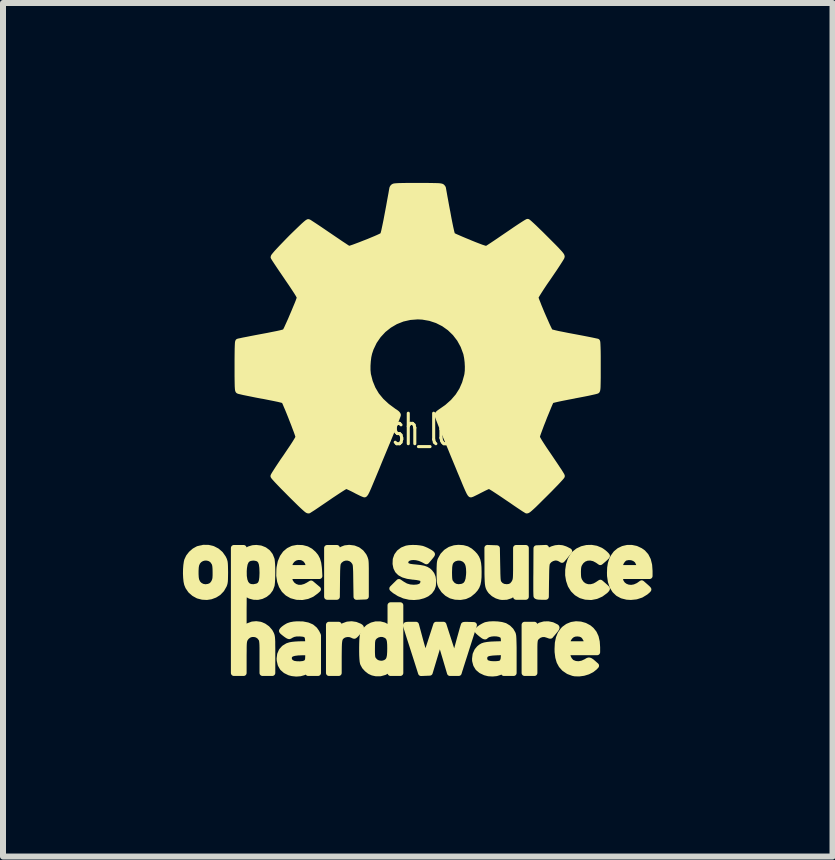
<source format=kicad_pcb>
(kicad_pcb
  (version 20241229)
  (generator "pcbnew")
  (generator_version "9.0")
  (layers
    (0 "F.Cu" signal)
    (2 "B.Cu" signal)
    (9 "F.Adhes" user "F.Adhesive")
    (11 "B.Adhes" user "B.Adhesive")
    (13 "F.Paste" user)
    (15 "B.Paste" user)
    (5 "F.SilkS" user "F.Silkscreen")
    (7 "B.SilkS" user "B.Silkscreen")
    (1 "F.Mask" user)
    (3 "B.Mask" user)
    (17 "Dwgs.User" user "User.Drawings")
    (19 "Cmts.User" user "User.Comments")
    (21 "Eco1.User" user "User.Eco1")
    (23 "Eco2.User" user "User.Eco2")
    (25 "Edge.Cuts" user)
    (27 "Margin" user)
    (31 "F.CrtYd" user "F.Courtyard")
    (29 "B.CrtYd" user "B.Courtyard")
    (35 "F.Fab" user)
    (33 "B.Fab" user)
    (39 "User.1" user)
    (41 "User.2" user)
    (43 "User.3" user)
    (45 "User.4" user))
  (footprint "__osh_logo"
    (layer "F.Cu")
    (at 3.907 4.114)
    (property "Reference" "__osh_logo" (at 0 0 0) (layer "F.SilkS") (effects (font (size 0.508 0.254) (thickness 0.051))))
    (attr through_hole)
    (fp_poly (pts (xy -0.941 3.298) (xy -0.945 3.312) (xy -0.96 3.334) (xy -0.986 3.367) (xy -1.012 3.398) (xy -1.034 3.421) (xy -1.048 3.433) (xy -1.051 3.434) (xy -1.067 3.429) (xy -1.087 3.419) (xy -1.127 3.406) (xy -1.174 3.405) (xy -1.22 3.416) (xy -1.241 3.427) (xy -1.26 3.441) (xy -1.276 3.455) (xy -1.288 3.473) (xy -1.297 3.496) (xy -1.303 3.527) (xy -1.307 3.568) (xy -1.309 3.622) (xy -1.31 3.691) (xy -1.311 3.778) (xy -1.311 3.787) (xy -1.311 4.054) (xy -1.392 4.054) (xy -1.473 4.054) (xy -1.473 3.653) (xy -1.473 3.251) (xy -1.392 3.251) (xy -1.311 3.251) (xy -1.311 3.294) (xy -1.311 3.336) (xy -1.283 3.31) (xy -1.228 3.271) (xy -1.165 3.248) (xy -1.097 3.242) (xy -1.029 3.252) (xy -0.965 3.278) (xy -0.946 3.29) (xy -0.941 3.298)) (stroke (width 0.1) (type solid)) (fill yes) (layer "F.SilkS"))
    (fp_poly (pts (xy 2.32 3.298) (xy 2.316 3.312) (xy 2.3 3.334) (xy 2.275 3.365) (xy 2.25 3.395) (xy 2.23 3.418) (xy 2.219 3.432) (xy 2.218 3.433) (xy 2.208 3.432) (xy 2.186 3.424) (xy 2.179 3.421) (xy 2.125 3.405) (xy 2.072 3.407) (xy 2.023 3.426) (xy 1.983 3.46) (xy 1.971 3.477) (xy 1.965 3.488) (xy 1.96 3.501) (xy 1.957 3.518) (xy 1.954 3.542) (xy 1.952 3.575) (xy 1.951 3.62) (xy 1.951 3.68) (xy 1.951 3.757) (xy 1.951 3.782) (xy 1.951 4.054) (xy 1.869 4.054) (xy 1.788 4.054) (xy 1.788 3.653) (xy 1.788 3.251) (xy 1.869 3.251) (xy 1.951 3.251) (xy 1.951 3.293) (xy 1.951 3.334) (xy 1.992 3.299) (xy 2.048 3.263) (xy 2.113 3.245) (xy 2.181 3.243) (xy 2.249 3.257) (xy 2.314 3.289) (xy 2.316 3.291) (xy 2.32 3.298)) (stroke (width 0.1) (type solid)) (fill yes) (layer "F.SilkS"))
    (fp_poly (pts (xy 2.53 2.024) (xy 2.5 2.061) (xy 2.474 2.093) (xy 2.446 2.127) (xy 2.441 2.133) (xy 2.411 2.168) (xy 2.381 2.149) (xy 2.337 2.131) (xy 2.289 2.13) (xy 2.241 2.144) (xy 2.198 2.171) (xy 2.17 2.205) (xy 2.163 2.217) (xy 2.158 2.231) (xy 2.155 2.248) (xy 2.152 2.273) (xy 2.15 2.307) (xy 2.148 2.354) (xy 2.147 2.414) (xy 2.146 2.492) (xy 2.145 2.512) (xy 2.142 2.784) (xy 2.066 2.784) (xy 2.02 2.782) (xy 1.994 2.777) (xy 1.986 2.771) (xy 1.985 2.758) (xy 1.984 2.728) (xy 1.983 2.681) (xy 1.983 2.621) (xy 1.983 2.55) (xy 1.983 2.47) (xy 1.984 2.384) (xy 1.984 2.367) (xy 1.986 1.976) (xy 2.065 1.973) (xy 2.144 1.97) (xy 2.144 2.011) (xy 2.146 2.041) (xy 2.154 2.051) (xy 2.169 2.043) (xy 2.178 2.033) (xy 2.21 2.009) (xy 2.255 1.989) (xy 2.307 1.974) (xy 2.358 1.969) (xy 2.359 1.969) (xy 2.412 1.974) (xy 2.461 1.99) (xy 2.475 1.996) (xy 2.53 2.024)) (stroke (width 0.1) (type solid)) (fill yes) (layer "F.SilkS"))
    (fp_poly (pts (xy 1.808 2.784) (xy 1.727 2.784) (xy 1.646 2.784) (xy 1.646 2.737) (xy 1.646 2.69) (xy 1.607 2.726) (xy 1.55 2.763) (xy 1.485 2.784) (xy 1.415 2.787) (xy 1.383 2.783) (xy 1.327 2.765) (xy 1.273 2.734) (xy 1.23 2.695) (xy 1.223 2.687) (xy 1.209 2.667) (xy 1.197 2.647) (xy 1.188 2.626) (xy 1.181 2.6) (xy 1.176 2.567) (xy 1.173 2.526) (xy 1.171 2.472) (xy 1.169 2.404) (xy 1.169 2.319) (xy 1.169 2.273) (xy 1.168 1.97) (xy 1.247 1.973) (xy 1.326 1.976) (xy 1.331 2.25) (xy 1.333 2.334) (xy 1.334 2.399) (xy 1.336 2.449) (xy 1.338 2.486) (xy 1.341 2.513) (xy 1.345 2.532) (xy 1.35 2.546) (xy 1.355 2.556) (xy 1.389 2.595) (xy 1.435 2.618) (xy 1.492 2.625) (xy 1.541 2.618) (xy 1.579 2.599) (xy 1.61 2.563) (xy 1.623 2.54) (xy 1.63 2.525) (xy 1.635 2.511) (xy 1.639 2.493) (xy 1.642 2.47) (xy 1.644 2.439) (xy 1.645 2.397) (xy 1.646 2.341) (xy 1.646 2.268) (xy 1.646 2.233) (xy 1.646 1.971) (xy 1.727 1.971) (xy 1.808 1.971) (xy 1.808 2.377) (xy 1.808 2.784)) (stroke (width 0.1) (type solid)) (fill yes) (layer "F.SilkS"))
    (fp_poly (pts (xy -0.859 2.779) (xy -0.937 2.782) (xy -1.014 2.785) (xy -1.018 2.518) (xy -1.019 2.436) (xy -1.02 2.372) (xy -1.022 2.324) (xy -1.024 2.287) (xy -1.026 2.261) (xy -1.03 2.241) (xy -1.035 2.226) (xy -1.041 2.212) (xy -1.042 2.21) (xy -1.074 2.169) (xy -1.116 2.142) (xy -1.164 2.13) (xy -1.213 2.133) (xy -1.259 2.15) (xy -1.299 2.182) (xy -1.315 2.205) (xy -1.322 2.217) (xy -1.327 2.231) (xy -1.33 2.248) (xy -1.333 2.273) (xy -1.335 2.307) (xy -1.337 2.353) (xy -1.338 2.414) (xy -1.339 2.492) (xy -1.339 2.512) (xy -1.342 2.784) (xy -1.423 2.784) (xy -1.504 2.784) (xy -1.504 2.377) (xy -1.504 1.971) (xy -1.422 1.971) (xy -1.341 1.971) (xy -1.341 2.018) (xy -1.341 2.065) (xy -1.304 2.032) (xy -1.254 1.996) (xy -1.202 1.976) (xy -1.139 1.969) (xy -1.133 1.969) (xy -1.059 1.978) (xy -0.993 2.004) (xy -0.937 2.047) (xy -0.894 2.103) (xy -0.883 2.126) (xy -0.876 2.142) (xy -0.871 2.157) (xy -0.866 2.174) (xy -0.863 2.196) (xy -0.861 2.225) (xy -0.86 2.264) (xy -0.859 2.314) (xy -0.859 2.38) (xy -0.859 2.463) (xy -0.859 2.479) (xy -0.859 2.779)) (stroke (width 0.1) (type solid)) (fill yes) (layer "F.SilkS"))
    (fp_poly (pts (xy -1.633 2.438) (xy -1.801 2.438) (xy -1.801 2.306) (xy -1.808 2.268) (xy -1.827 2.208) (xy -1.857 2.164) (xy -1.901 2.134) (xy -1.935 2.123) (xy -1.991 2.12) (xy -2.043 2.135) (xy -2.087 2.166) (xy -2.12 2.211) (xy -2.139 2.268) (xy -2.139 2.268) (xy -2.146 2.306) (xy -1.974 2.306) (xy -1.801 2.306) (xy -1.801 2.438) (xy -1.889 2.438) (xy -2.146 2.438) (xy -2.139 2.477) (xy -2.12 2.537) (xy -2.086 2.584) (xy -2.042 2.616) (xy -1.99 2.634) (xy -1.931 2.635) (xy -1.869 2.618) (xy -1.82 2.593) (xy -1.771 2.563) (xy -1.714 2.611) (xy -1.657 2.659) (xy -1.69 2.689) (xy -1.758 2.739) (xy -1.835 2.772) (xy -1.919 2.788) (xy -2.007 2.785) (xy -2.017 2.783) (xy -2.097 2.761) (xy -2.164 2.722) (xy -2.219 2.669) (xy -2.26 2.602) (xy -2.288 2.523) (xy -2.302 2.432) (xy -2.3 2.33) (xy -2.297 2.297) (xy -2.278 2.205) (xy -2.245 2.127) (xy -2.2 2.063) (xy -2.143 2.015) (xy -2.077 1.983) (xy -2.001 1.969) (xy -1.918 1.972) (xy -1.914 1.973) (xy -1.844 1.991) (xy -1.784 2.024) (xy -1.732 2.07) (xy -1.696 2.114) (xy -1.67 2.164) (xy -1.652 2.224) (xy -1.642 2.297) (xy -1.639 2.332) (xy -1.633 2.438)) (stroke (width 0.1) (type solid)) (fill yes) (layer "F.SilkS"))
    (fp_poly (pts (xy 3.16 2.651) (xy 3.153 2.662) (xy 3.136 2.68) (xy 3.132 2.684) (xy 3.06 2.737) (xy 2.981 2.772) (xy 2.897 2.788) (xy 2.809 2.783) (xy 2.806 2.783) (xy 2.727 2.76) (xy 2.658 2.719) (xy 2.601 2.663) (xy 2.557 2.592) (xy 2.555 2.588) (xy 2.528 2.508) (xy 2.514 2.423) (xy 2.515 2.336) (xy 2.528 2.251) (xy 2.553 2.172) (xy 2.591 2.104) (xy 2.619 2.069) (xy 2.678 2.022) (xy 2.748 1.989) (xy 2.824 1.971) (xy 2.903 1.969) (xy 2.98 1.982) (xy 3.052 2.012) (xy 3.073 2.025) (xy 3.102 2.046) (xy 3.129 2.069) (xy 3.15 2.09) (xy 3.16 2.103) (xy 3.16 2.104) (xy 3.153 2.114) (xy 3.134 2.133) (xy 3.107 2.157) (xy 3.105 2.159) (xy 3.05 2.206) (xy 3.005 2.174) (xy 2.947 2.143) (xy 2.887 2.13) (xy 2.829 2.133) (xy 2.776 2.153) (xy 2.732 2.188) (xy 2.703 2.23) (xy 2.69 2.257) (xy 2.683 2.284) (xy 2.679 2.315) (xy 2.677 2.358) (xy 2.677 2.377) (xy 2.678 2.426) (xy 2.681 2.461) (xy 2.687 2.488) (xy 2.698 2.514) (xy 2.703 2.525) (xy 2.738 2.574) (xy 2.785 2.607) (xy 2.838 2.624) (xy 2.897 2.625) (xy 2.957 2.608) (xy 3 2.584) (xy 3.051 2.55) (xy 3.105 2.597) (xy 3.132 2.621) (xy 3.152 2.64) (xy 3.16 2.65) (xy 3.16 2.651)) (stroke (width 0.1) (type solid)) (fill yes) (layer "F.SilkS"))
    (fp_poly (pts (xy 2.997 3.708) (xy 2.837 3.708) (xy 2.837 3.576) (xy 2.831 3.544) (xy 2.815 3.495) (xy 2.789 3.45) (xy 2.761 3.42) (xy 2.721 3.402) (xy 2.672 3.395) (xy 2.622 3.399) (xy 2.582 3.414) (xy 2.545 3.445) (xy 2.516 3.486) (xy 2.501 3.531) (xy 2.499 3.549) (xy 2.499 3.576) (xy 2.668 3.576) (xy 2.837 3.576) (xy 2.837 3.708) (xy 2.748 3.708) (xy 2.499 3.708) (xy 2.499 3.745) (xy 2.508 3.789) (xy 2.53 3.834) (xy 2.561 3.87) (xy 2.576 3.882) (xy 2.631 3.904) (xy 2.691 3.909) (xy 2.753 3.897) (xy 2.813 3.869) (xy 2.82 3.865) (xy 2.842 3.851) (xy 2.86 3.846) (xy 2.879 3.851) (xy 2.903 3.867) (xy 2.936 3.895) (xy 2.941 3.9) (xy 2.979 3.933) (xy 2.956 3.958) (xy 2.906 3.998) (xy 2.843 4.03) (xy 2.771 4.052) (xy 2.697 4.062) (xy 2.626 4.06) (xy 2.596 4.054) (xy 2.52 4.026) (xy 2.454 3.981) (xy 2.449 3.977) (xy 2.403 3.925) (xy 2.37 3.864) (xy 2.349 3.791) (xy 2.338 3.704) (xy 2.337 3.653) (xy 2.342 3.555) (xy 2.359 3.473) (xy 2.387 3.404) (xy 2.429 3.344) (xy 2.45 3.322) (xy 2.508 3.28) (xy 2.574 3.253) (xy 2.646 3.242) (xy 2.72 3.247) (xy 2.791 3.267) (xy 2.857 3.302) (xy 2.9 3.338) (xy 2.943 3.392) (xy 2.973 3.457) (xy 2.991 3.535) (xy 2.997 3.628) (xy 2.997 3.633) (xy 2.997 3.708)) (stroke (width 0.1) (type solid)) (fill yes) (layer "F.SilkS"))
    (fp_poly (pts (xy 3.871 2.438) (xy 3.708 2.438) (xy 3.708 2.286) (xy 3.703 2.257) (xy 3.689 2.221) (xy 3.672 2.187) (xy 3.66 2.171) (xy 3.621 2.142) (xy 3.572 2.125) (xy 3.519 2.122) (xy 3.469 2.132) (xy 3.451 2.141) (xy 3.423 2.166) (xy 3.398 2.202) (xy 3.38 2.243) (xy 3.373 2.278) (xy 3.373 2.306) (xy 3.541 2.306) (xy 3.603 2.306) (xy 3.647 2.306) (xy 3.677 2.304) (xy 3.695 2.302) (xy 3.704 2.298) (xy 3.708 2.292) (xy 3.708 2.286) (xy 3.708 2.438) (xy 3.621 2.438) (xy 3.37 2.438) (xy 3.376 2.485) (xy 3.391 2.538) (xy 3.421 2.581) (xy 3.462 2.612) (xy 3.512 2.631) (xy 3.567 2.636) (xy 3.625 2.626) (xy 3.681 2.601) (xy 3.698 2.59) (xy 3.74 2.56) (xy 3.795 2.608) (xy 3.822 2.632) (xy 3.842 2.651) (xy 3.851 2.662) (xy 3.851 2.662) (xy 3.843 2.672) (xy 3.824 2.689) (xy 3.804 2.706) (xy 3.73 2.751) (xy 3.647 2.778) (xy 3.558 2.787) (xy 3.493 2.783) (xy 3.414 2.763) (xy 3.347 2.727) (xy 3.294 2.676) (xy 3.253 2.61) (xy 3.226 2.529) (xy 3.212 2.434) (xy 3.211 2.383) (xy 3.214 2.301) (xy 3.225 2.233) (xy 3.244 2.172) (xy 3.267 2.124) (xy 3.311 2.063) (xy 3.366 2.017) (xy 3.431 1.986) (xy 3.501 1.97) (xy 3.574 1.97) (xy 3.646 1.985) (xy 3.716 2.018) (xy 3.759 2.048) (xy 3.808 2.103) (xy 3.843 2.172) (xy 3.864 2.256) (xy 3.871 2.354) (xy 3.871 2.438)) (stroke (width 0.1) (type solid)) (fill yes) (layer "F.SilkS"))
    (fp_poly (pts (xy -3.205 2.377) (xy -3.206 2.443) (xy -3.207 2.491) (xy -3.209 2.527) (xy -3.213 2.554) (xy -3.219 2.575) (xy -3.225 2.591) (xy -3.265 2.661) (xy -3.317 2.715) (xy -3.363 2.744) (xy -3.363 2.378) (xy -3.364 2.321) (xy -3.367 2.279) (xy -3.372 2.249) (xy -3.38 2.223) (xy -3.383 2.218) (xy -3.412 2.175) (xy -3.451 2.146) (xy -3.497 2.132) (xy -3.545 2.13) (xy -3.592 2.142) (xy -3.634 2.167) (xy -3.667 2.204) (xy -3.687 2.251) (xy -3.694 2.294) (xy -3.697 2.35) (xy -3.697 2.409) (xy -3.694 2.464) (xy -3.687 2.506) (xy -3.665 2.556) (xy -3.629 2.593) (xy -3.584 2.617) (xy -3.532 2.626) (xy -3.477 2.618) (xy -3.439 2.602) (xy -3.416 2.583) (xy -3.393 2.553) (xy -3.386 2.54) (xy -3.376 2.517) (xy -3.369 2.494) (xy -3.365 2.465) (xy -3.363 2.425) (xy -3.363 2.378) (xy -3.363 2.744) (xy -3.376 2.752) (xy -3.443 2.777) (xy -3.509 2.787) (xy -3.583 2.783) (xy -3.656 2.764) (xy -3.721 2.728) (xy -3.777 2.679) (xy -3.819 2.618) (xy -3.838 2.572) (xy -3.848 2.526) (xy -3.854 2.465) (xy -3.857 2.397) (xy -3.856 2.327) (xy -3.851 2.261) (xy -3.843 2.206) (xy -3.837 2.18) (xy -3.81 2.122) (xy -3.768 2.068) (xy -3.715 2.022) (xy -3.658 1.99) (xy -3.647 1.986) (xy -3.565 1.968) (xy -3.485 1.969) (xy -3.41 1.987) (xy -3.342 2.022) (xy -3.284 2.072) (xy -3.239 2.136) (xy -3.225 2.164) (xy -3.218 2.184) (xy -3.212 2.206) (xy -3.209 2.234) (xy -3.207 2.273) (xy -3.206 2.324) (xy -3.205 2.377)) (stroke (width 0.1) (type solid)) (fill yes) (layer "F.SilkS"))
    (fp_poly (pts (xy -0.284 4.054) (xy -0.366 4.054) (xy -0.447 4.054) (xy -0.447 4.013) (xy -0.447 3.972) (xy -0.452 3.976) (xy -0.452 3.647) (xy -0.453 3.579) (xy -0.457 3.528) (xy -0.465 3.491) (xy -0.478 3.463) (xy -0.496 3.441) (xy -0.521 3.424) (xy -0.568 3.405) (xy -0.619 3.403) (xy -0.668 3.416) (xy -0.71 3.442) (xy -0.739 3.477) (xy -0.746 3.494) (xy -0.751 3.516) (xy -0.755 3.546) (xy -0.756 3.588) (xy -0.757 3.647) (xy -0.757 3.653) (xy -0.757 3.711) (xy -0.755 3.753) (xy -0.753 3.783) (xy -0.748 3.805) (xy -0.741 3.822) (xy -0.736 3.83) (xy -0.703 3.868) (xy -0.658 3.892) (xy -0.605 3.901) (xy -0.605 3.901) (xy -0.567 3.897) (xy -0.532 3.885) (xy -0.529 3.884) (xy -0.501 3.865) (xy -0.48 3.842) (xy -0.466 3.809) (xy -0.457 3.765) (xy -0.453 3.706) (xy -0.452 3.647) (xy -0.452 3.976) (xy -0.486 4.003) (xy -0.548 4.04) (xy -0.617 4.059) (xy -0.691 4.059) (xy -0.745 4.047) (xy -0.792 4.025) (xy -0.838 3.989) (xy -0.877 3.946) (xy -0.902 3.9) (xy -0.906 3.89) (xy -0.912 3.86) (xy -0.916 3.815) (xy -0.919 3.759) (xy -0.92 3.696) (xy -0.92 3.631) (xy -0.919 3.566) (xy -0.917 3.507) (xy -0.913 3.457) (xy -0.908 3.42) (xy -0.903 3.403) (xy -0.865 3.341) (xy -0.815 3.293) (xy -0.756 3.261) (xy -0.691 3.244) (xy -0.624 3.244) (xy -0.558 3.26) (xy -0.495 3.295) (xy -0.48 3.307) (xy -0.447 3.334) (xy -0.447 3.13) (xy -0.447 2.926) (xy -0.366 2.926) (xy -0.284 2.926) (xy -0.284 3.49) (xy -0.284 4.054)) (stroke (width 0.1) (type solid)) (fill yes) (layer "F.SilkS"))
    (fp_poly (pts (xy 1.021 2.377) (xy 1.02 2.457) (xy 1.014 2.52) (xy 1.004 2.57) (xy 0.987 2.613) (xy 0.963 2.651) (xy 0.93 2.688) (xy 0.925 2.693) (xy 0.864 2.743) (xy 0.864 2.743) (xy 0.864 2.375) (xy 0.861 2.309) (xy 0.853 2.259) (xy 0.839 2.219) (xy 0.816 2.185) (xy 0.812 2.18) (xy 0.773 2.15) (xy 0.724 2.133) (xy 0.671 2.131) (xy 0.621 2.144) (xy 0.591 2.161) (xy 0.567 2.183) (xy 0.549 2.209) (xy 0.538 2.242) (xy 0.531 2.287) (xy 0.529 2.346) (xy 0.528 2.377) (xy 0.529 2.434) (xy 0.531 2.475) (xy 0.535 2.505) (xy 0.541 2.526) (xy 0.547 2.54) (xy 0.582 2.585) (xy 0.627 2.614) (xy 0.681 2.625) (xy 0.74 2.619) (xy 0.769 2.61) (xy 0.807 2.587) (xy 0.835 2.547) (xy 0.853 2.491) (xy 0.862 2.418) (xy 0.864 2.375) (xy 0.864 2.743) (xy 0.796 2.774) (xy 0.719 2.787) (xy 0.634 2.783) (xy 0.562 2.764) (xy 0.497 2.727) (xy 0.442 2.676) (xy 0.4 2.613) (xy 0.39 2.591) (xy 0.382 2.57) (xy 0.377 2.545) (xy 0.374 2.514) (xy 0.372 2.472) (xy 0.371 2.415) (xy 0.371 2.377) (xy 0.371 2.311) (xy 0.373 2.262) (xy 0.375 2.225) (xy 0.379 2.197) (xy 0.385 2.175) (xy 0.39 2.164) (xy 0.428 2.096) (xy 0.481 2.04) (xy 0.545 1.999) (xy 0.619 1.975) (xy 0.685 1.968) (xy 0.76 1.973) (xy 0.824 1.99) (xy 0.879 2.022) (xy 0.925 2.062) (xy 0.959 2.099) (xy 0.984 2.137) (xy 1.002 2.179) (xy 1.013 2.228) (xy 1.019 2.289) (xy 1.021 2.366) (xy 1.021 2.377)) (stroke (width 0.1) (type solid)) (fill yes) (layer "F.SilkS"))
    (fp_poly (pts (xy -1.656 4.054) (xy -1.737 4.054) (xy -1.819 4.054) (xy -1.819 4.022) (xy -1.819 3.991) (xy -1.819 3.777) (xy -1.819 3.708) (xy -1.913 3.709) (xy -1.991 3.712) (xy -2.052 3.72) (xy -2.096 3.733) (xy -2.125 3.754) (xy -2.14 3.781) (xy -2.144 3.81) (xy -2.134 3.849) (xy -2.108 3.88) (xy -2.067 3.9) (xy -2.061 3.902) (xy -2.011 3.909) (xy -1.955 3.91) (xy -1.904 3.905) (xy -1.888 3.901) (xy -1.855 3.887) (xy -1.834 3.866) (xy -1.822 3.832) (xy -1.819 3.783) (xy -1.819 3.777) (xy -1.819 3.991) (xy -1.849 4.017) (xy -1.895 4.043) (xy -1.953 4.059) (xy -2.018 4.064) (xy -2.085 4.057) (xy -2.131 4.045) (xy -2.196 4.013) (xy -2.246 3.969) (xy -2.278 3.913) (xy -2.294 3.846) (xy -2.296 3.815) (xy -2.287 3.746) (xy -2.261 3.687) (xy -2.219 3.64) (xy -2.162 3.605) (xy -2.117 3.591) (xy -2.082 3.585) (xy -2.033 3.58) (xy -1.979 3.577) (xy -1.938 3.576) (xy -1.818 3.576) (xy -1.821 3.509) (xy -1.826 3.464) (xy -1.838 3.433) (xy -1.86 3.413) (xy -1.895 3.401) (xy -1.947 3.396) (xy -1.96 3.395) (xy -2.02 3.396) (xy -2.069 3.406) (xy -2.111 3.426) (xy -2.124 3.435) (xy -2.136 3.44) (xy -2.152 3.435) (xy -2.176 3.42) (xy -2.198 3.404) (xy -2.226 3.382) (xy -2.247 3.364) (xy -2.255 3.354) (xy -2.256 3.353) (xy -2.247 3.339) (xy -2.226 3.319) (xy -2.196 3.297) (xy -2.163 3.277) (xy -2.149 3.27) (xy -2.107 3.256) (xy -2.057 3.247) (xy -2.006 3.243) (xy -1.911 3.245) (xy -1.83 3.261) (xy -1.764 3.289) (xy -1.713 3.332) (xy -1.681 3.378) (xy -1.656 3.428) (xy -1.656 3.741) (xy -1.656 4.054)) (stroke (width 0.1) (type solid)) (fill yes) (layer "F.SilkS"))
    (fp_poly (pts (xy 0.263 2.538) (xy 0.259 2.597) (xy 0.242 2.645) (xy 0.21 2.69) (xy 0.205 2.696) (xy 0.157 2.734) (xy 0.095 2.762) (xy 0.023 2.781) (xy -0.055 2.788) (xy -0.132 2.784) (xy -0.219 2.764) (xy -0.301 2.729) (xy -0.373 2.684) (xy -0.384 2.675) (xy -0.417 2.647) (xy -0.362 2.592) (xy -0.307 2.538) (xy -0.254 2.574) (xy -0.193 2.609) (xy -0.129 2.628) (xy -0.061 2.634) (xy 0.004 2.629) (xy 0.053 2.614) (xy 0.085 2.588) (xy 0.1 2.551) (xy 0.101 2.535) (xy 0.099 2.509) (xy 0.09 2.49) (xy 0.072 2.475) (xy 0.042 2.465) (xy -0.003 2.456) (xy -0.064 2.449) (xy -0.072 2.449) (xy -0.161 2.436) (xy -0.232 2.415) (xy -0.287 2.385) (xy -0.326 2.346) (xy -0.351 2.296) (xy -0.363 2.235) (xy -0.363 2.233) (xy -0.36 2.162) (xy -0.338 2.1) (xy -0.3 2.048) (xy -0.246 2.007) (xy -0.178 1.98) (xy -0.135 1.973) (xy -0.08 1.97) (xy -0.02 1.971) (xy 0.036 1.977) (xy 0.08 1.985) (xy 0.112 1.997) (xy 0.149 2.013) (xy 0.185 2.032) (xy 0.216 2.05) (xy 0.237 2.066) (xy 0.244 2.075) (xy 0.238 2.087) (xy 0.221 2.109) (xy 0.198 2.137) (xy 0.197 2.138) (xy 0.151 2.192) (xy 0.098 2.163) (xy 0.042 2.139) (xy -0.015 2.125) (xy -0.069 2.121) (xy -0.118 2.126) (xy -0.158 2.141) (xy -0.186 2.164) (xy -0.2 2.195) (xy -0.201 2.214) (xy -0.196 2.24) (xy -0.183 2.26) (xy -0.159 2.274) (xy -0.123 2.285) (xy -0.071 2.292) (xy -0.027 2.296) (xy 0.046 2.304) (xy 0.103 2.315) (xy 0.147 2.331) (xy 0.182 2.352) (xy 0.208 2.376) (xy 0.237 2.414) (xy 0.255 2.459) (xy 0.263 2.514) (xy 0.263 2.538)) (stroke (width 0.1) (type solid)) (fill yes) (layer "F.SilkS"))
    (fp_poly (pts (xy 0.943 3.256) (xy 0.832 3.602) (xy 0.806 3.684) (xy 0.781 3.763) (xy 0.758 3.834) (xy 0.738 3.897) (xy 0.722 3.947) (xy 0.711 3.984) (xy 0.705 4) (xy 0.689 4.054) (xy 0.616 4.054) (xy 0.544 4.054) (xy 0.468 3.797) (xy 0.447 3.727) (xy 0.428 3.662) (xy 0.411 3.606) (xy 0.398 3.56) (xy 0.388 3.529) (xy 0.383 3.515) (xy 0.38 3.51) (xy 0.375 3.514) (xy 0.368 3.526) (xy 0.359 3.551) (xy 0.346 3.588) (xy 0.329 3.64) (xy 0.308 3.709) (xy 0.29 3.769) (xy 0.206 4.049) (xy 0.134 4.052) (xy 0.062 4.055) (xy -0.01 3.828) (xy -0.053 3.694) (xy -0.09 3.578) (xy -0.122 3.48) (xy -0.147 3.401) (xy -0.166 3.34) (xy -0.18 3.298) (xy -0.187 3.276) (xy -0.187 3.274) (xy -0.19 3.263) (xy -0.187 3.256) (xy -0.174 3.253) (xy -0.148 3.251) (xy -0.109 3.251) (xy -0.023 3.251) (xy 0.051 3.526) (xy 0.071 3.597) (xy 0.089 3.661) (xy 0.104 3.716) (xy 0.117 3.759) (xy 0.126 3.788) (xy 0.131 3.8) (xy 0.131 3.8) (xy 0.136 3.791) (xy 0.146 3.764) (xy 0.16 3.724) (xy 0.178 3.671) (xy 0.199 3.609) (xy 0.222 3.539) (xy 0.226 3.526) (xy 0.315 3.251) (xy 0.375 3.251) (xy 0.435 3.251) (xy 0.513 3.493) (xy 0.535 3.561) (xy 0.556 3.626) (xy 0.574 3.683) (xy 0.589 3.729) (xy 0.6 3.762) (xy 0.604 3.774) (xy 0.617 3.815) (xy 0.633 3.759) (xy 0.641 3.733) (xy 0.653 3.691) (xy 0.668 3.636) (xy 0.685 3.574) (xy 0.703 3.507) (xy 0.71 3.481) (xy 0.728 3.417) (xy 0.744 3.36) (xy 0.757 3.313) (xy 0.768 3.278) (xy 0.774 3.258) (xy 0.775 3.255) (xy 0.787 3.253) (xy 0.814 3.252) (xy 0.85 3.253) (xy 0.861 3.253) (xy 0.943 3.256)) (stroke (width 0.1) (type solid)) (fill yes) (layer "F.SilkS"))
    (fp_poly (pts (xy 1.605 4.054) (xy 1.524 4.054) (xy 1.443 4.054) (xy 1.443 4.019) (xy 1.443 3.985) (xy 1.443 3.761) (xy 1.443 3.706) (xy 1.318 3.71) (xy 1.251 3.714) (xy 1.2 3.721) (xy 1.164 3.731) (xy 1.14 3.746) (xy 1.124 3.767) (xy 1.119 3.78) (xy 1.113 3.81) (xy 1.12 3.841) (xy 1.122 3.846) (xy 1.133 3.869) (xy 1.139 3.881) (xy 1.14 3.881) (xy 1.15 3.885) (xy 1.173 3.893) (xy 1.184 3.897) (xy 1.218 3.905) (xy 1.263 3.908) (xy 1.31 3.908) (xy 1.355 3.904) (xy 1.389 3.896) (xy 1.399 3.891) (xy 1.424 3.865) (xy 1.438 3.823) (xy 1.443 3.763) (xy 1.443 3.761) (xy 1.443 3.985) (xy 1.413 4.013) (xy 1.371 4.04) (xy 1.316 4.057) (xy 1.253 4.063) (xy 1.188 4.059) (xy 1.131 4.045) (xy 1.064 4.013) (xy 1.013 3.97) (xy 0.98 3.915) (xy 0.963 3.85) (xy 0.962 3.816) (xy 0.971 3.747) (xy 0.998 3.687) (xy 1.033 3.645) (xy 1.06 3.623) (xy 1.089 3.606) (xy 1.123 3.595) (xy 1.167 3.587) (xy 1.225 3.581) (xy 1.293 3.578) (xy 1.443 3.574) (xy 1.443 3.519) (xy 1.441 3.483) (xy 1.436 3.454) (xy 1.432 3.443) (xy 1.409 3.42) (xy 1.372 3.404) (xy 1.326 3.395) (xy 1.276 3.393) (xy 1.226 3.398) (xy 1.181 3.41) (xy 1.148 3.429) (xy 1.139 3.437) (xy 1.131 3.445) (xy 1.12 3.444) (xy 1.103 3.435) (xy 1.075 3.414) (xy 1.066 3.407) (xy 1.037 3.383) (xy 1.016 3.364) (xy 1.006 3.353) (xy 1.006 3.352) (xy 1.014 3.337) (xy 1.036 3.317) (xy 1.067 3.295) (xy 1.102 3.275) (xy 1.135 3.259) (xy 1.147 3.255) (xy 1.203 3.245) (xy 1.268 3.242) (xy 1.337 3.245) (xy 1.402 3.254) (xy 1.456 3.269) (xy 1.461 3.271) (xy 1.515 3.304) (xy 1.559 3.348) (xy 1.588 3.398) (xy 1.593 3.412) (xy 1.598 3.438) (xy 1.601 3.483) (xy 1.603 3.548) (xy 1.605 3.633) (xy 1.605 3.737) (xy 1.605 3.753) (xy 1.605 4.054)) (stroke (width 0.1) (type solid)) (fill yes) (layer "F.SilkS"))
    (fp_poly (pts (xy -2.418 4.054) (xy -2.499 4.054) (xy -2.581 4.054) (xy -2.581 3.787) (xy -2.581 3.705) (xy -2.581 3.64) (xy -2.582 3.591) (xy -2.584 3.554) (xy -2.587 3.527) (xy -2.59 3.507) (xy -2.595 3.493) (xy -2.598 3.485) (xy -2.629 3.444) (xy -2.67 3.416) (xy -2.717 3.404) (xy -2.766 3.405) (xy -2.811 3.421) (xy -2.85 3.452) (xy -2.873 3.484) (xy -2.88 3.499) (xy -2.885 3.514) (xy -2.889 3.531) (xy -2.892 3.555) (xy -2.894 3.586) (xy -2.895 3.628) (xy -2.895 3.685) (xy -2.896 3.757) (xy -2.896 3.792) (xy -2.896 4.054) (xy -2.977 4.054) (xy -3.058 4.054) (xy -3.058 3.012) (xy -3.058 1.971) (xy -2.977 1.971) (xy -2.896 1.971) (xy -2.896 2.012) (xy -2.896 2.053) (xy -2.862 2.028) (xy -2.804 1.993) (xy -2.741 1.974) (xy -2.684 1.97) (xy -2.613 1.979) (xy -2.55 2.004) (xy -2.496 2.044) (xy -2.456 2.096) (xy -2.431 2.158) (xy -2.429 2.164) (xy -2.425 2.198) (xy -2.421 2.247) (xy -2.419 2.307) (xy -2.418 2.372) (xy -2.419 2.437) (xy -2.421 2.498) (xy -2.424 2.549) (xy -2.428 2.586) (xy -2.429 2.591) (xy -2.452 2.653) (xy -2.49 2.704) (xy -2.539 2.744) (xy -2.581 2.764) (xy -2.581 2.377) (xy -2.584 2.298) (xy -2.592 2.237) (xy -2.608 2.191) (xy -2.633 2.16) (xy -2.667 2.141) (xy -2.712 2.132) (xy -2.742 2.131) (xy -2.792 2.138) (xy -2.83 2.156) (xy -2.859 2.188) (xy -2.879 2.236) (xy -2.89 2.3) (xy -2.894 2.353) (xy -2.893 2.44) (xy -2.882 2.509) (xy -2.862 2.561) (xy -2.831 2.598) (xy -2.79 2.619) (xy -2.782 2.621) (xy -2.729 2.625) (xy -2.674 2.614) (xy -2.648 2.604) (xy -2.623 2.585) (xy -2.604 2.557) (xy -2.591 2.517) (xy -2.584 2.463) (xy -2.581 2.391) (xy -2.581 2.377) (xy -2.581 2.764) (xy -2.597 2.772) (xy -2.66 2.786) (xy -2.725 2.784) (xy -2.789 2.767) (xy -2.84 2.738) (xy -2.863 2.722) (xy -2.881 2.71) (xy -2.883 2.709) (xy -2.887 2.711) (xy -2.89 2.722) (xy -2.892 2.744) (xy -2.893 2.779) (xy -2.895 2.828) (xy -2.895 2.894) (xy -2.896 2.978) (xy -2.896 3.019) (xy -2.896 3.336) (xy -2.868 3.31) (xy -2.812 3.27) (xy -2.751 3.247) (xy -2.686 3.241) (xy -2.621 3.25) (xy -2.56 3.275) (xy -2.505 3.314) (xy -2.46 3.366) (xy -2.442 3.399) (xy -2.435 3.414) (xy -2.43 3.428) (xy -2.426 3.445) (xy -2.423 3.466) (xy -2.421 3.494) (xy -2.419 3.532) (xy -2.419 3.581) (xy -2.418 3.646) (xy -2.418 3.727) (xy -2.418 3.752) (xy -2.418 4.054)) (stroke (width 0.1) (type solid)) (fill yes) (layer "F.SilkS"))
    (fp_poly (pts (xy 3.007 -1.062) (xy 3.007 -0.959) (xy 3.007 -0.874) (xy 3.006 -0.806) (xy 3.005 -0.753) (xy 3.004 -0.713) (xy 3.002 -0.685) (xy 2.999 -0.666) (xy 2.996 -0.655) (xy 2.993 -0.651) (xy 2.98 -0.647) (xy 2.949 -0.639) (xy 2.904 -0.629) (xy 2.845 -0.616) (xy 2.775 -0.602) (xy 2.697 -0.587) (xy 2.613 -0.571) (xy 2.612 -0.57) (xy 2.512 -0.551) (xy 2.425 -0.534) (xy 2.352 -0.519) (xy 2.295 -0.506) (xy 2.255 -0.496) (xy 2.234 -0.489) (xy 2.231 -0.487) (xy 2.222 -0.473) (xy 2.208 -0.443) (xy 2.189 -0.399) (xy 2.167 -0.345) (xy 2.142 -0.284) (xy 2.115 -0.219) (xy 2.089 -0.151) (xy 2.063 -0.086) (xy 2.04 -0.024) (xy 2.02 0.03) (xy 2.004 0.074) (xy 1.995 0.105) (xy 1.991 0.12) (xy 1.996 0.134) (xy 2.009 0.16) (xy 2.032 0.199) (xy 2.065 0.251) (xy 2.108 0.317) (xy 2.163 0.398) (xy 2.2 0.452) (xy 2.247 0.522) (xy 2.291 0.587) (xy 2.33 0.646) (xy 2.363 0.695) (xy 2.387 0.734) (xy 2.403 0.76) (xy 2.408 0.772) (xy 2.401 0.782) (xy 2.381 0.805) (xy 2.35 0.839) (xy 2.309 0.883) (xy 2.259 0.934) (xy 2.203 0.992) (xy 2.142 1.053) (xy 2.125 1.07) (xy 2.051 1.143) (xy 1.991 1.203) (xy 1.942 1.251) (xy 1.903 1.287) (xy 1.873 1.314) (xy 1.851 1.332) (xy 1.836 1.342) (xy 1.827 1.345) (xy 1.823 1.345) (xy 1.811 1.337) (xy 1.783 1.32) (xy 1.744 1.294) (xy 1.693 1.26) (xy 1.634 1.22) (xy 1.569 1.175) (xy 1.511 1.136) (xy 1.442 1.089) (xy 1.378 1.046) (xy 1.32 1.008) (xy 1.271 0.976) (xy 1.233 0.953) (xy 1.207 0.939) (xy 1.197 0.935) (xy 1.181 0.939) (xy 1.151 0.952) (xy 1.11 0.971) (xy 1.063 0.995) (xy 1.041 1.006) (xy 0.993 1.031) (xy 0.95 1.052) (xy 0.917 1.068) (xy 0.896 1.076) (xy 0.891 1.077) (xy 0.882 1.068) (xy 0.866 1.041) (xy 0.844 0.995) (xy 0.816 0.931) (xy 0.797 0.886) (xy 0.777 0.837) (xy 0.75 0.772) (xy 0.717 0.694) (xy 0.681 0.606) (xy 0.641 0.51) (xy 0.6 0.411) (xy 0.559 0.31) (xy 0.527 0.234) (xy 0.489 0.142) (xy 0.453 0.056) (xy 0.421 -0.024) (xy 0.393 -0.094) (xy 0.37 -0.153) (xy 0.352 -0.199) (xy 0.34 -0.231) (xy 0.335 -0.246) (xy 0.335 -0.246) (xy 0.343 -0.262) (xy 0.364 -0.281) (xy 0.378 -0.291) (xy 0.497 -0.374) (xy 0.597 -0.463) (xy 0.679 -0.558) (xy 0.745 -0.662) (xy 0.794 -0.774) (xy 0.829 -0.898) (xy 0.834 -0.922) (xy 0.841 -0.982) (xy 0.842 -1.053) (xy 0.838 -1.13) (xy 0.829 -1.204) (xy 0.816 -1.269) (xy 0.813 -1.28) (xy 0.768 -1.401) (xy 0.707 -1.512) (xy 0.631 -1.611) (xy 0.542 -1.697) (xy 0.441 -1.769) (xy 0.33 -1.825) (xy 0.212 -1.864) (xy 0.086 -1.886) (xy 0.005 -1.89) (xy -0.124 -1.88) (xy -0.247 -1.852) (xy -0.363 -1.806) (xy -0.47 -1.743) (xy -0.567 -1.666) (xy -0.651 -1.575) (xy -0.722 -1.472) (xy -0.777 -1.357) (xy -0.803 -1.28) (xy -0.817 -1.217) (xy -0.826 -1.143) (xy -0.831 -1.067) (xy -0.831 -0.994) (xy -0.825 -0.932) (xy -0.824 -0.922) (xy -0.792 -0.797) (xy -0.745 -0.682) (xy -0.683 -0.577) (xy -0.604 -0.481) (xy -0.507 -0.391) (xy -0.392 -0.306) (xy -0.368 -0.291) (xy -0.343 -0.272) (xy -0.327 -0.253) (xy -0.325 -0.246) (xy -0.329 -0.233) (xy -0.34 -0.204) (xy -0.357 -0.159) (xy -0.38 -0.102) (xy -0.407 -0.033) (xy -0.439 0.045) (xy -0.474 0.131) (xy -0.512 0.222) (xy -0.517 0.234) (xy -0.558 0.333) (xy -0.6 0.434) (xy -0.641 0.533) (xy -0.679 0.627) (xy -0.715 0.713) (xy -0.746 0.788) (xy -0.772 0.85) (xy -0.787 0.886) (xy -0.819 0.962) (xy -0.844 1.018) (xy -0.863 1.055) (xy -0.877 1.074) (xy -0.881 1.077) (xy -0.895 1.072) (xy -0.924 1.06) (xy -0.963 1.041) (xy -1.009 1.018) (xy -1.031 1.006) (xy -1.08 0.981) (xy -1.124 0.96) (xy -1.159 0.944) (xy -1.182 0.936) (xy -1.187 0.935) (xy -1.2 0.94) (xy -1.228 0.956) (xy -1.268 0.981) (xy -1.319 1.014) (xy -1.378 1.053) (xy -1.443 1.096) (xy -1.501 1.136) (xy -1.57 1.183) (xy -1.635 1.227) (xy -1.692 1.266) (xy -1.741 1.299) (xy -1.779 1.323) (xy -1.804 1.339) (xy -1.813 1.345) (xy -1.821 1.344) (xy -1.833 1.338) (xy -1.851 1.324) (xy -1.876 1.302) (xy -1.91 1.271) (xy -1.953 1.23) (xy -2.008 1.176) (xy -2.075 1.11) (xy -2.115 1.07) (xy -2.177 1.007) (xy -2.235 0.949) (xy -2.286 0.896) (xy -2.33 0.85) (xy -2.364 0.813) (xy -2.387 0.787) (xy -2.397 0.773) (xy -2.398 0.772) (xy -2.392 0.76) (xy -2.376 0.733) (xy -2.351 0.694) (xy -2.319 0.644) (xy -2.28 0.585) (xy -2.236 0.519) (xy -2.189 0.452) (xy -2.128 0.361) (xy -2.078 0.287) (xy -2.039 0.227) (xy -2.011 0.181) (xy -1.992 0.148) (xy -1.983 0.127) (xy -1.981 0.12) (xy -1.985 0.103) (xy -1.995 0.071) (xy -2.011 0.026) (xy -2.032 -0.029) (xy -2.055 -0.091) (xy -2.081 -0.157) (xy -2.107 -0.224) (xy -2.133 -0.289) (xy -2.158 -0.35) (xy -2.181 -0.403) (xy -2.199 -0.446) (xy -2.213 -0.475) (xy -2.221 -0.487) (xy -2.234 -0.493) (xy -2.267 -0.502) (xy -2.317 -0.514) (xy -2.384 -0.528) (xy -2.465 -0.544) (xy -2.56 -0.563) (xy -2.602 -0.57) (xy -2.686 -0.586) (xy -2.764 -0.602) (xy -2.834 -0.616) (xy -2.893 -0.628) (xy -2.939 -0.639) (xy -2.97 -0.646) (xy -2.983 -0.651) (xy -2.983 -0.651) (xy -2.987 -0.657) (xy -2.99 -0.67) (xy -2.992 -0.691) (xy -2.994 -0.722) (xy -2.995 -0.765) (xy -2.996 -0.821) (xy -2.997 -0.893) (xy -2.997 -0.983) (xy -2.997 -1.062) (xy -2.997 -1.179) (xy -2.996 -1.275) (xy -2.995 -1.351) (xy -2.993 -1.408) (xy -2.991 -1.446) (xy -2.988 -1.466) (xy -2.986 -1.469) (xy -2.974 -1.472) (xy -2.944 -1.478) (xy -2.899 -1.488) (xy -2.841 -1.499) (xy -2.771 -1.513) (xy -2.693 -1.528) (xy -2.608 -1.544) (xy -2.598 -1.546) (xy -2.49 -1.566) (xy -2.401 -1.584) (xy -2.33 -1.598) (xy -2.276 -1.61) (xy -2.238 -1.62) (xy -2.213 -1.628) (xy -2.203 -1.634) (xy -2.194 -1.648) (xy -2.178 -1.678) (xy -2.158 -1.722) (xy -2.134 -1.775) (xy -2.107 -1.835) (xy -2.08 -1.899) (xy -2.052 -1.964) (xy -2.026 -2.027) (xy -2.002 -2.084) (xy -1.982 -2.134) (xy -1.968 -2.173) (xy -1.96 -2.198) (xy -1.959 -2.205) (xy -1.964 -2.22) (xy -1.98 -2.251) (xy -2.008 -2.297) (xy -2.048 -2.358) (xy -2.099 -2.435) (xy -2.162 -2.527) (xy -2.174 -2.545) (xy -2.223 -2.617) (xy -2.269 -2.684) (xy -2.309 -2.744) (xy -2.343 -2.795) (xy -2.37 -2.836) (xy -2.388 -2.865) (xy -2.396 -2.878) (xy -2.396 -2.879) (xy -2.39 -2.89) (xy -2.371 -2.914) (xy -2.342 -2.948) (xy -2.303 -2.99) (xy -2.257 -3.039) (xy -2.206 -3.092) (xy -2.152 -3.148) (xy -2.096 -3.205) (xy -2.04 -3.26) (xy -1.986 -3.312) (xy -1.937 -3.359) (xy -1.894 -3.4) (xy -1.858 -3.432) (xy -1.832 -3.453) (xy -1.818 -3.461) (xy -1.817 -3.461) (xy -1.805 -3.455) (xy -1.779 -3.438) (xy -1.739 -3.412) (xy -1.689 -3.379) (xy -1.629 -3.339) (xy -1.563 -3.294) (xy -1.491 -3.245) (xy -1.482 -3.239) (xy -1.41 -3.19) (xy -1.342 -3.144) (xy -1.282 -3.103) (xy -1.23 -3.069) (xy -1.188 -3.041) (xy -1.16 -3.023) (xy -1.145 -3.014) (xy -1.145 -3.014) (xy -1.131 -3.016) (xy -1.101 -3.025) (xy -1.059 -3.039) (xy -1.006 -3.059) (xy -0.947 -3.081) (xy -0.884 -3.106) (xy -0.819 -3.131) (xy -0.757 -3.157) (xy -0.699 -3.181) (xy -0.649 -3.203) (xy -0.61 -3.221) (xy -0.584 -3.235) (xy -0.576 -3.24) (xy -0.57 -3.25) (xy -0.563 -3.271) (xy -0.554 -3.304) (xy -0.544 -3.35) (xy -0.531 -3.411) (xy -0.515 -3.489) (xy -0.497 -3.585) (xy -0.487 -3.637) (xy -0.471 -3.722) (xy -0.457 -3.801) (xy -0.444 -3.872) (xy -0.433 -3.931) (xy -0.425 -3.978) (xy -0.419 -4.01) (xy -0.417 -4.024) (xy -0.417 -4.024) (xy -0.41 -4.037) (xy -0.401 -4.048) (xy -0.394 -4.052) (xy -0.384 -4.056) (xy -0.367 -4.058) (xy -0.341 -4.06) (xy -0.306 -4.062) (xy -0.258 -4.063) (xy -0.196 -4.064) (xy -0.118 -4.064) (xy -0.022 -4.064) (xy 0.005 -4.064) (xy 0.106 -4.064) (xy 0.188 -4.064) (xy 0.254 -4.063) (xy 0.305 -4.062) (xy 0.344 -4.061) (xy 0.371 -4.059) (xy 0.39 -4.056) (xy 0.402 -4.053) (xy 0.41 -4.049) (xy 0.411 -4.048) (xy 0.424 -4.032) (xy 0.427 -4.025) (xy 0.429 -4.013) (xy 0.434 -3.984) (xy 0.442 -3.94) (xy 0.452 -3.882) (xy 0.465 -3.813) (xy 0.479 -3.735) (xy 0.495 -3.651) (xy 0.498 -3.637) (xy 0.517 -3.532) (xy 0.534 -3.446) (xy 0.548 -3.377) (xy 0.56 -3.324) (xy 0.569 -3.285) (xy 0.577 -3.258) (xy 0.584 -3.244) (xy 0.586 -3.24) (xy 0.6 -3.232) (xy 0.63 -3.217) (xy 0.674 -3.198) (xy 0.729 -3.174) (xy 0.793 -3.147) (xy 0.862 -3.119) (xy 0.87 -3.115) (xy 0.951 -3.082) (xy 1.016 -3.057) (xy 1.066 -3.038) (xy 1.103 -3.026) (xy 1.129 -3.018) (xy 1.147 -3.015) (xy 1.159 -3.016) (xy 1.16 -3.017) (xy 1.173 -3.024) (xy 1.202 -3.042) (xy 1.243 -3.069) (xy 1.294 -3.103) (xy 1.355 -3.144) (xy 1.422 -3.19) (xy 1.494 -3.239) (xy 1.503 -3.245) (xy 1.575 -3.294) (xy 1.642 -3.34) (xy 1.702 -3.38) (xy 1.754 -3.414) (xy 1.795 -3.44) (xy 1.823 -3.457) (xy 1.837 -3.464) (xy 1.838 -3.465) (xy 1.848 -3.458) (xy 1.871 -3.438) (xy 1.905 -3.407) (xy 1.949 -3.366) (xy 2 -3.316) (xy 2.057 -3.261) (xy 2.118 -3.2) (xy 2.132 -3.186) (xy 2.204 -3.114) (xy 2.263 -3.055) (xy 2.31 -3.007) (xy 2.345 -2.969) (xy 2.372 -2.94) (xy 2.39 -2.918) (xy 2.401 -2.902) (xy 2.406 -2.891) (xy 2.406 -2.884) (xy 2.399 -2.87) (xy 2.382 -2.842) (xy 2.356 -2.801) (xy 2.323 -2.75) (xy 2.283 -2.689) (xy 2.238 -2.623) (xy 2.189 -2.551) (xy 2.185 -2.545) (xy 2.119 -2.45) (xy 2.066 -2.37) (xy 2.025 -2.306) (xy 1.995 -2.258) (xy 1.976 -2.225) (xy 1.969 -2.207) (xy 1.969 -2.205) (xy 1.973 -2.188) (xy 1.984 -2.156) (xy 2.002 -2.112) (xy 2.023 -2.057) (xy 2.048 -1.997) (xy 2.075 -1.932) (xy 2.103 -1.868) (xy 2.131 -1.805) (xy 2.156 -1.748) (xy 2.179 -1.699) (xy 2.197 -1.662) (xy 2.209 -1.639) (xy 2.213 -1.634) (xy 2.225 -1.627) (xy 2.25 -1.62) (xy 2.289 -1.61) (xy 2.345 -1.597) (xy 2.417 -1.583) (xy 2.506 -1.565) (xy 2.608 -1.546) (xy 2.693 -1.53) (xy 2.772 -1.515) (xy 2.843 -1.501) (xy 2.903 -1.489) (xy 2.95 -1.479) (xy 2.982 -1.472) (xy 2.996 -1.469) (xy 2.997 -1.469) (xy 3 -1.457) (xy 3.002 -1.427) (xy 3.004 -1.379) (xy 3.006 -1.31) (xy 3.007 -1.223) (xy 3.007 -1.115) (xy 3.007 -1.062)) (stroke (width 0.1) (type solid)) (fill yes) (layer "F.SilkS")))
  (gr_rect
    (start -3 -3)
    (end 10.828 11.228)
    (stroke (width 0.1) (type default))
    (fill no)
    (layer "Edge.Cuts")))
</source>
